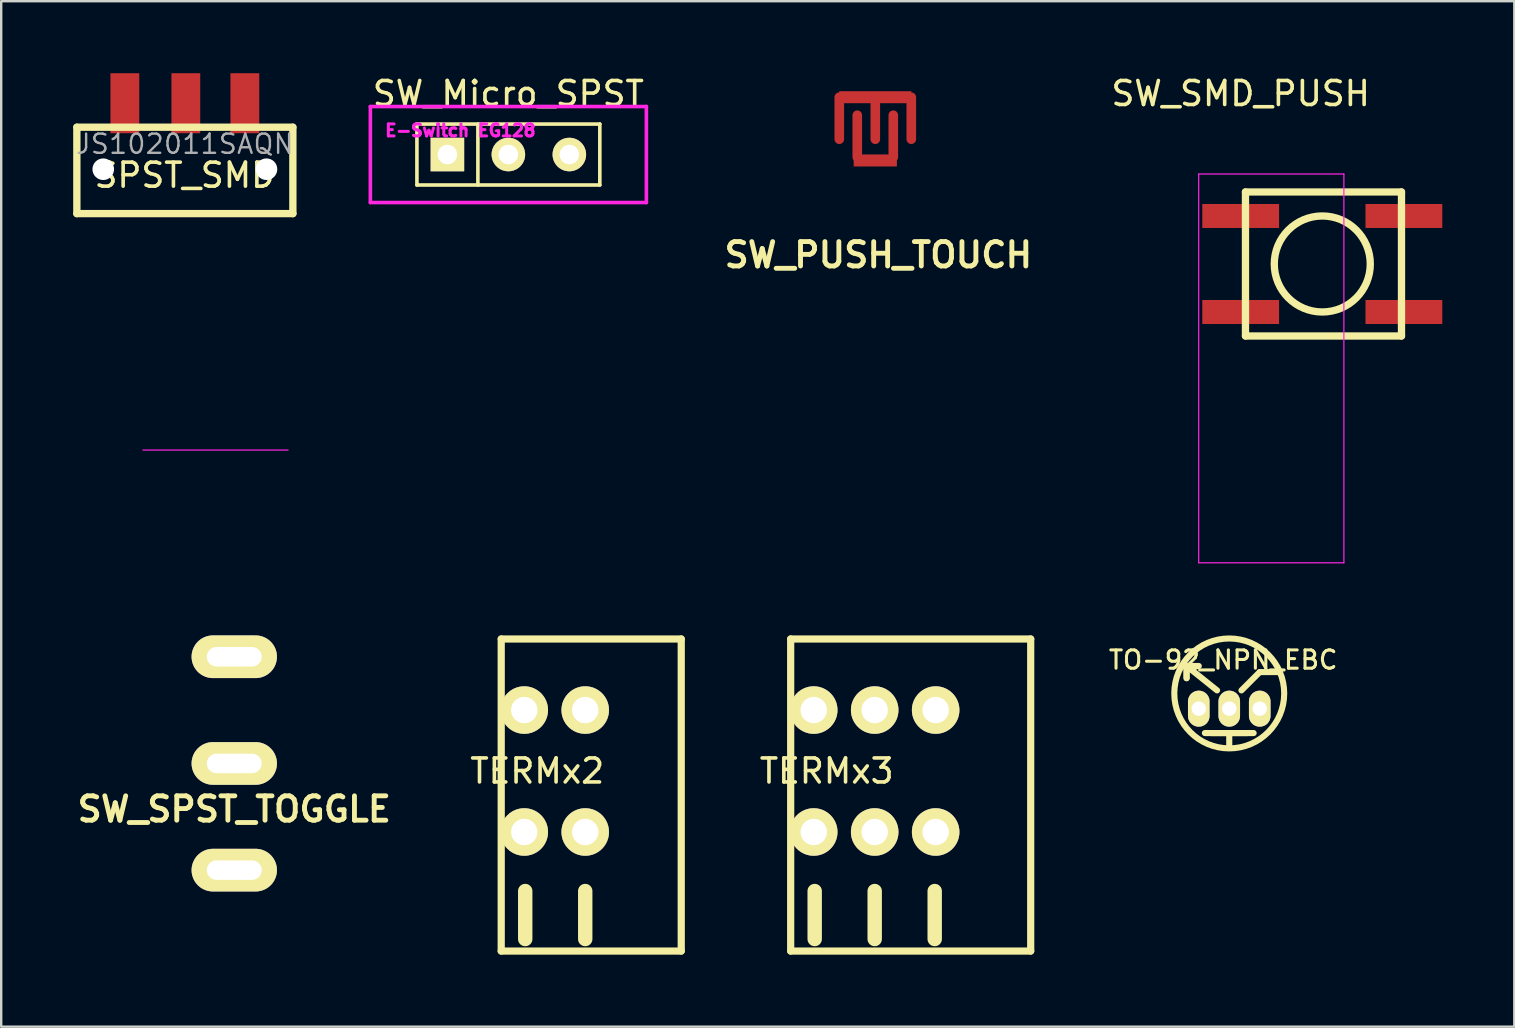
<source format=kicad_pcb>
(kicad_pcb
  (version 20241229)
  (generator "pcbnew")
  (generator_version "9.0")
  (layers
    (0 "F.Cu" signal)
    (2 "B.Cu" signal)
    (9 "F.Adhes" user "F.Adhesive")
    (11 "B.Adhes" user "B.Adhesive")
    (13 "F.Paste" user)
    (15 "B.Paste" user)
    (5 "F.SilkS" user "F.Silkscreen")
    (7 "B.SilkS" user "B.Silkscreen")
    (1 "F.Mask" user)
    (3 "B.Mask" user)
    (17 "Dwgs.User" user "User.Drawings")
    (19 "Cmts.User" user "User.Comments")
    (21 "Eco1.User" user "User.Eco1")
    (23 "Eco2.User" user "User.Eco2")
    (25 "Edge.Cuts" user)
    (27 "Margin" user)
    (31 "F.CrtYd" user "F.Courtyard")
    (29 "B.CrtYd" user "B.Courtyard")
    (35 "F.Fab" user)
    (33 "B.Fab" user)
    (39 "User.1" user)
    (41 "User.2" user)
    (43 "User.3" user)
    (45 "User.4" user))
  (footprint "SW_SMD_PUSH"
    (layer "F.Cu")
    (at 48.64 5.948)
    (property "Reference" "SW_SMD_PUSH" (at 0 -5.1 0) (layer "F.SilkS") (effects (font (size 1 1) (thickness 0.15))))
    (attr through_hole)
    (fp_line (start 0.2 -1) (end 0.2 5) (stroke (width 0.305) (type solid)) (layer "F.SilkS"))
    (fp_line (start 0.2 -1) (end 6.7 -1) (stroke (width 0.305) (type solid)) (layer "F.SilkS"))
    (fp_line (start 0.2 5) (end 6.7 5) (stroke (width 0.305) (type solid)) (layer "F.SilkS"))
    (fp_line (start 6.7 5) (end 6.7 -1) (stroke (width 0.305) (type solid)) (layer "F.SilkS"))
    (fp_circle (center 3.4 2) (end 3.4 0) (stroke (width 0.305) (type solid)) (fill no) (layer "F.SilkS"))
    (fp_line (start -1.75 -1.75) (end -1.75 14.45) (stroke (width 0.05) (type solid)) (layer "F.CrtYd"))
    (fp_line (start -1.75 -1.75) (end 4.3 -1.75) (stroke (width 0.05) (type solid)) (layer "F.CrtYd"))
    (fp_line (start -1.75 14.45) (end 4.3 14.45) (stroke (width 0.05) (type solid)) (layer "F.CrtYd"))
    (fp_line (start 4.3 -1.75) (end 4.3 14.45) (stroke (width 0.05) (type solid)) (layer "F.CrtYd"))
    (pad "1" smd rect (at 0 0) (size 3.2 1) (layers "F.Cu" "F.Mask" "F.Paste"))
    (pad "1" smd rect (at 6.8 0) (size 3.2 1) (layers "F.Cu" "F.Mask" "F.Paste"))
    (pad "2" smd rect (at 0 4) (size 3.2 1) (layers "F.Cu" "F.Mask" "F.Paste"))
    (pad "2" smd rect (at 6.8 4) (size 3.2 1) (layers "F.Cu" "F.Mask" "F.Paste")))
  (footprint "SW_PUSH_TOUCH"
    (layer "F.Cu")
    (at 33.417 3)
    (property "Reference" "SW_PUSH_TOUCH" (at 0.127 4.572 0) (layer "F.SilkS") (effects (font (size 1.016 1.016) (thickness 0.203))))
    (attr through_hole)
    (fp_line (start -1.5 -2) (end -1.5 -0.25) (stroke (width 0.4) (type solid)) (layer "F.Cu"))
    (fp_line (start -0.75 -1.25) (end -0.75 0.5) (stroke (width 0.4) (type solid)) (layer "F.Cu"))
    (fp_line (start 0 -2) (end 0 -0.25) (stroke (width 0.4) (type solid)) (layer "F.Cu"))
    (fp_line (start 0.75 0.5) (end 0.75 -1.25) (stroke (width 0.4) (type solid)) (layer "F.Cu"))
    (fp_line (start 1.5 -2) (end 1.5 -0.25) (stroke (width 0.4) (type solid)) (layer "F.Cu"))
    (pad "" smd circle (at 0 -1) (size 4 4) (layers "F.Mask" "F.Paste"))
    (pad "1" smd rect (at 0 -2) (size 3 0.5) (layers "F.Cu" "F.Mask" "F.Paste"))
    (pad "2" smd rect (at 0 0.635) (size 1.8 0.5) (layers "F.Cu" "F.Mask" "F.Paste")))
  (footprint "TERMx2"
    (layer "F.Cu")
    (at 21.332 29.073)
    (property "Reference" "TERMx2" (at -2 0 0) (layer "F.SilkS") (effects (font (size 1 1) (thickness 0.15))))
    (attr exclude_from_pos_files exclude_from_bom)
    (fp_line (start -3.5 -5.5) (end -3.5 7.5) (stroke (width 0.3) (type solid)) (layer "F.SilkS"))
    (fp_line (start -3.5 -5.5) (end 4 -5.5) (stroke (width 0.3) (type solid)) (layer "F.SilkS"))
    (fp_line (start -3.5 7.5) (end 4 7.5) (stroke (width 0.3) (type solid)) (layer "F.SilkS"))
    (fp_line (start -2.5 7) (end -2.5 5) (stroke (width 0.6) (type solid)) (layer "F.SilkS"))
    (fp_line (start 0 7) (end 0 5) (stroke (width 0.6) (type solid)) (layer "F.SilkS"))
    (fp_line (start 4 -5.5) (end 4 7.5) (stroke (width 0.3) (type solid)) (layer "F.SilkS"))
    (pad "1" thru_hole circle (at -2.54 -2.54) (size 1.981 1.981) (drill 1.1) (layers "*.Cu" "F.Mask" "F.SilkS" "F.Paste"))
    (pad "1" thru_hole circle (at -2.54 2.54) (size 1.981 1.981) (drill 1.1) (layers "*.Cu" "F.Mask" "F.SilkS" "F.Paste"))
    (pad "2" thru_hole circle (at 0 -2.54) (size 1.981 1.981) (drill 1.1) (layers "*.Cu" "F.Mask" "F.SilkS" "F.Paste"))
    (pad "2" thru_hole circle (at 0 2.54) (size 1.981 1.981) (drill 1.1) (layers "*.Cu" "F.Mask" "F.SilkS" "F.Paste")))
  (footprint "SW_SPST_TOGGLE"
    (layer "F.Cu")
    (at 6.71 28.757)
    (property "Reference" "SW_SPST_TOGGLE" (at 0 1.905 180) (layer "F.SilkS") (effects (font (size 1.016 1.016) (thickness 0.203))))
    (attr through_hole)
    (pad "1" thru_hole oval (at 0 -4.445) (size 3.556 1.778) (drill oval 2.286 0.813) (layers "*.Cu" "*.Mask" "F.SilkS"))
    (pad "2" thru_hole oval (at 0 0) (size 3.556 1.778) (drill oval 2.286 0.813) (layers "*.Cu" "*.Mask" "F.SilkS"))
    (pad "3" thru_hole oval (at 0 4.445) (size 3.556 1.778) (drill oval 2.286 0.813) (layers "*.Cu" "*.Mask" "F.SilkS")))
  (footprint "SPST_SMD"
    (layer "F.Cu")
    (at 4.652 1.25)
    (property "Reference" "SPST_SMD" (at 0 3 0) (layer "F.SilkS") (effects (font (size 1 1) (thickness 0.15))))
    (attr through_hole)
    (fp_line (start -4.5 1) (end -4.5 4.6) (stroke (width 0.305) (type solid)) (layer "F.SilkS"))
    (fp_line (start -4.5 1) (end 4.5 1) (stroke (width 0.305) (type solid)) (layer "F.SilkS"))
    (fp_line (start -4.5 4.6) (end 4.5 4.6) (stroke (width 0.305) (type solid)) (layer "F.SilkS"))
    (fp_line (start 4.5 1) (end 4.5 4.6) (stroke (width 0.305) (type solid)) (layer "F.SilkS"))
    (fp_line (start -1.75 14.45) (end 4.3 14.45) (stroke (width 0.05) (type solid)) (layer "F.CrtYd"))
    (fp_text user "JS102011SAQN" (at 0 1.7 0) (layer "F.Fab") (effects (font (size 0.8 0.8) (thickness 0.1))))
    (pad "" np_thru_hole circle (at -3.4 2.75) (size 0.9 0.9) (drill 0.9) (layers "*.Cu" "*.Mask"))
    (pad "" np_thru_hole circle (at 3.4 2.75) (size 0.9 0.9) (drill 0.9) (layers "*.Cu" "*.Mask"))
    (pad "1" smd rect (at -2.5 0) (size 1.2 2.5) (layers "F.Cu" "F.Mask" "F.Paste"))
    (pad "2" smd rect (at 0.04 0) (size 1.2 2.5) (layers "F.Cu" "F.Mask" "F.Paste"))
    (pad "3" smd rect (at 2.5 0) (size 1.2 2.5) (layers "F.Cu" "F.Mask" "F.Paste")))
  (footprint "SW_Micro_SPST"
    (layer "F.Cu")
    (at 18.13 3.388)
    (property "Reference" "SW_Micro_SPST" (at 0 -2.54 0) (layer "F.SilkS") (effects (font (size 1 1) (thickness 0.15))))
    (attr through_hole)
    (fp_line (start -3.81 -1.27) (end 3.81 -1.27) (stroke (width 0.15) (type solid)) (layer "F.SilkS"))
    (fp_line (start -3.81 1.27) (end -3.81 -1.27) (stroke (width 0.15) (type solid)) (layer "F.SilkS"))
    (fp_line (start -1.27 -1.27) (end -1.27 1.27) (stroke (width 0.15) (type solid)) (layer "F.SilkS"))
    (fp_line (start 3.81 -1.27) (end 3.81 1.27) (stroke (width 0.15) (type solid)) (layer "F.SilkS"))
    (fp_line (start 3.81 1.27) (end -3.81 1.27) (stroke (width 0.15) (type solid)) (layer "F.SilkS"))
    (fp_line (start -5.75 -2) (end -5.75 2) (stroke (width 0.15) (type solid)) (layer "F.CrtYd"))
    (fp_line (start -5.75 -2) (end 5.75 -2) (stroke (width 0.15) (type solid)) (layer "F.CrtYd"))
    (fp_line (start -5.75 2) (end 5.75 2) (stroke (width 0.15) (type solid)) (layer "F.CrtYd"))
    (fp_line (start 5.75 -2) (end 5.75 2) (stroke (width 0.15) (type solid)) (layer "F.CrtYd"))
    (fp_text user "E-Switch EG128" (at -2 -1 0) (layer "F.CrtYd") (effects (font (size 0.5 0.5) (thickness 0.125))))
    (pad "1" thru_hole rect (at -2.54 0) (size 1.397 1.397) (drill 0.813) (layers "*.Cu" "*.Mask" "F.SilkS"))
    (pad "2" thru_hole circle (at 0 0) (size 1.397 1.397) (drill 0.813) (layers "*.Cu" "*.Mask" "F.SilkS"))
    (pad "3" thru_hole circle (at 2.54 0) (size 1.397 1.397) (drill 0.813) (layers "*.Cu" "*.Mask" "F.SilkS")))
  (footprint "TO-92_NPN_EBC"
    (layer "F.Cu")
    (at 46.894 26.475)
    (property "Reference" "TO-92_NPN_EBC" (at 1.016 -2.032 0) (layer "F.SilkS") (effects (font (size 0.762 0.762) (thickness 0.127))))
    (attr through_hole)
    (fp_line (start -0.508 -1.778) (end -0.508 -1.27) (stroke (width 0.254) (type solid)) (layer "F.SilkS"))
    (fp_line (start -0.508 -1.778) (end 0 -1.778) (stroke (width 0.254) (type solid)) (layer "F.SilkS"))
    (fp_line (start -0.508 -1.27) (end -0.508 -1.778) (stroke (width 0.254) (type solid)) (layer "F.SilkS"))
    (fp_line (start 0.254 1.016) (end 2.286 1.016) (stroke (width 0.254) (type solid)) (layer "F.SilkS"))
    (fp_line (start 0.508 1.016) (end 2.032 1.016) (stroke (width 0.254) (type solid)) (layer "F.SilkS"))
    (fp_line (start 0.762 -0.762) (end -0.508 -1.778) (stroke (width 0.254) (type solid)) (layer "F.SilkS"))
    (fp_line (start 1.27 1.524) (end 1.27 1.016) (stroke (width 0.254) (type solid)) (layer "F.SilkS"))
    (fp_line (start 1.778 -0.762) (end 2.54 -1.524) (stroke (width 0.254) (type solid)) (layer "F.SilkS"))
    (fp_line (start 2.54 -1.524) (end 3.302 -1.524) (stroke (width 0.254) (type solid)) (layer "F.SilkS"))
    (fp_circle (center 1.27 -0.635) (end -0.635 -1.905) (stroke (width 0.254) (type solid)) (fill no) (layer "F.SilkS"))
    (pad "1" thru_hole oval (at 0 0 180) (size 0.899 1.501) (drill 0.6) (layers "*.Cu" "*.Mask" "F.SilkS"))
    (pad "2" thru_hole oval (at 1.27 0 180) (size 0.899 1.501) (drill 0.6) (layers "*.Cu" "*.Mask" "F.SilkS"))
    (pad "3" thru_hole oval (at 2.54 0 180) (size 0.899 1.501) (drill 0.6) (layers "*.Cu" "*.Mask" "F.SilkS")))
  (footprint "TERMx3"
    (layer "F.Cu")
    (at 33.392 29.073)
    (property "Reference" "TERMx3" (at -2 0 0) (layer "F.SilkS") (effects (font (size 1 1) (thickness 0.15))))
    (attr exclude_from_pos_files exclude_from_bom)
    (fp_line (start -3.5 -5.5) (end -3.5 7.5) (stroke (width 0.3) (type solid)) (layer "F.SilkS"))
    (fp_line (start -3.5 7.5) (end 6.5 7.5) (stroke (width 0.3) (type solid)) (layer "F.SilkS"))
    (fp_line (start -2.5 7) (end -2.5 5) (stroke (width 0.6) (type solid)) (layer "F.SilkS"))
    (fp_line (start 0 7) (end 0 5) (stroke (width 0.6) (type solid)) (layer "F.SilkS"))
    (fp_line (start 2.5 7) (end 2.5 5) (stroke (width 0.6) (type solid)) (layer "F.SilkS"))
    (fp_line (start 6.5 -5.5) (end -3.5 -5.5) (stroke (width 0.3) (type solid)) (layer "F.SilkS"))
    (fp_line (start 6.5 7.5) (end 6.5 -5.5) (stroke (width 0.3) (type solid)) (layer "F.SilkS"))
    (pad "1" thru_hole circle (at -2.54 -2.54) (size 1.981 1.981) (drill 1.1) (layers "*.Cu" "F.Mask" "F.SilkS" "F.Paste"))
    (pad "1" thru_hole circle (at -2.54 2.54) (size 1.981 1.981) (drill 1.1) (layers "*.Cu" "F.Mask" "F.SilkS" "F.Paste"))
    (pad "2" thru_hole circle (at 0 -2.54) (size 1.981 1.981) (drill 1.1) (layers "*.Cu" "F.Mask" "F.SilkS" "F.Paste"))
    (pad "2" thru_hole circle (at 0 2.54) (size 1.981 1.981) (drill 1.1) (layers "*.Cu" "F.Mask" "F.SilkS" "F.Paste"))
    (pad "3" thru_hole circle (at 2.54 -2.54) (size 1.981 1.981) (drill 1.1) (layers "*.Cu" "F.Mask" "F.SilkS" "F.Paste"))
    (pad "3" thru_hole circle (at 2.54 2.54) (size 1.981 1.981) (drill 1.1) (layers "*.Cu" "F.Mask" "F.SilkS" "F.Paste")))
  (gr_rect
    (start -3 -3)
    (end 60.04 39.723)
    (stroke (width 0.1) (type default))
    (fill no)
    (layer "Edge.Cuts")))
</source>
